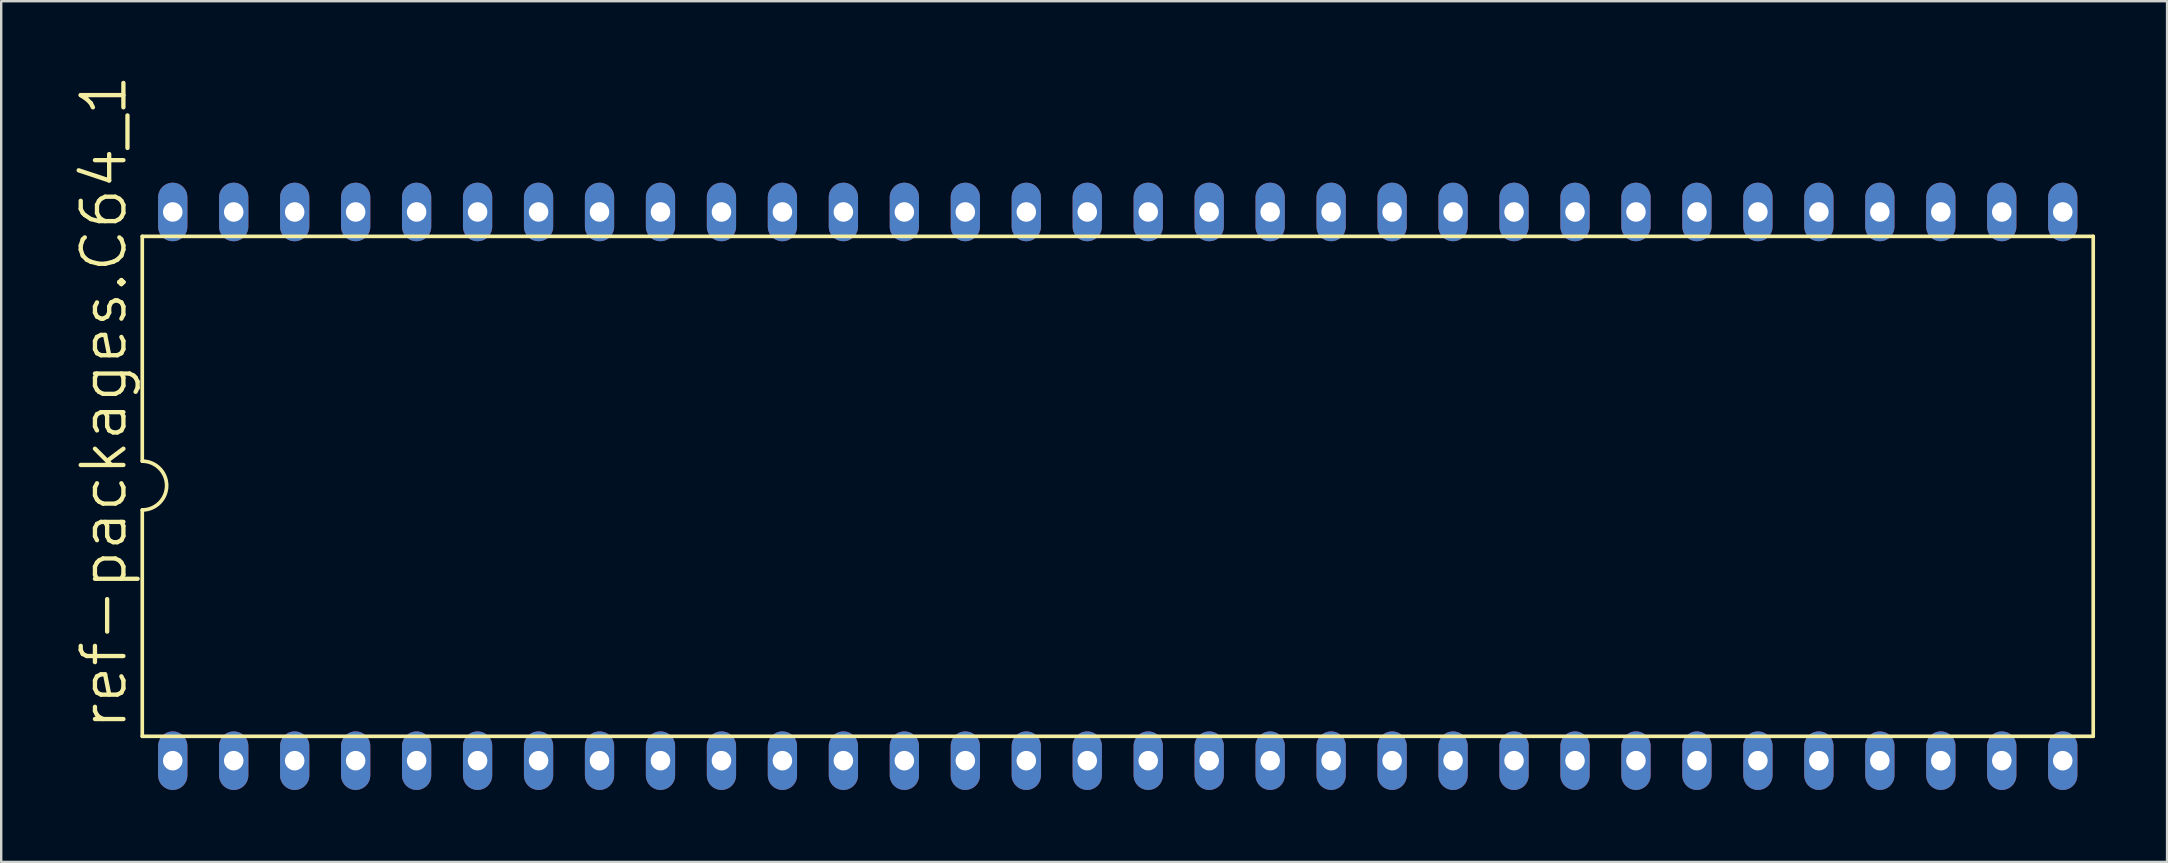
<source format=kicad_pcb>
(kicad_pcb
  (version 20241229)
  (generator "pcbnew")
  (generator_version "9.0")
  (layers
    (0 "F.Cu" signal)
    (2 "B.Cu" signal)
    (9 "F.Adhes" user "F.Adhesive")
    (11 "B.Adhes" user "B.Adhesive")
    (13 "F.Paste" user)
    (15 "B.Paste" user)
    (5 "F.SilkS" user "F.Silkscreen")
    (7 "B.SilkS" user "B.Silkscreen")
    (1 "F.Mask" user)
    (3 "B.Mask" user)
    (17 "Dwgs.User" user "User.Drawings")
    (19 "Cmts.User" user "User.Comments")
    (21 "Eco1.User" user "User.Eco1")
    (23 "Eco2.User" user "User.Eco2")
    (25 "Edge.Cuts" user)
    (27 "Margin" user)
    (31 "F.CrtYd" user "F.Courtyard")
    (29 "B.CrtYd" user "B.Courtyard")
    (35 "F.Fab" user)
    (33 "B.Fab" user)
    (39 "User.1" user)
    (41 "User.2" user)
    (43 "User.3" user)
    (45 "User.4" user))
  (footprint "ref-packages.C64_1"
    (layer "F.Cu")
    (at 43.517 17.211)
    (property "Reference" "ref-packages.C64_1" (at -41.199 10.236 90) (layer "F.SilkS") (effects (font (size 1.778 1.778) (thickness 0.18)) (justify left bottom)))
    (attr through_hole)
    (fp_line (start -40.64 -10.414) (end -40.64 -1.048) (stroke (width 0.152) (type default)) (layer "F.SilkS"))
    (fp_line (start -40.64 10.414) (end -40.64 0.984) (stroke (width 0.152) (type default)) (layer "F.SilkS"))
    (fp_line (start -40.64 10.414) (end 40.64 10.414) (stroke (width 0.152) (type default)) (layer "F.SilkS"))
    (fp_line (start 40.64 -10.414) (end -40.64 -10.414) (stroke (width 0.152) (type default)) (layer "F.SilkS"))
    (fp_line (start 40.64 -10.414) (end 40.64 10.414) (stroke (width 0.152) (type default)) (layer "F.SilkS"))
    (fp_arc (start -40.64 -1.048) (mid -39.624 -0.032) (end -40.64 0.984) (stroke (width 0.1524) (type default)) (layer "F.SilkS"))
    (pad "1" thru_hole oval (at -39.37 11.43 90) (size 2.438 1.219) (drill 0.813) (layers "*.Cu" "*.Mask"))
    (pad "2" thru_hole oval (at -36.83 11.43 90) (size 2.438 1.219) (drill 0.813) (layers "*.Cu" "*.Mask"))
    (pad "3" thru_hole oval (at -34.29 11.43 90) (size 2.438 1.219) (drill 0.813) (layers "*.Cu" "*.Mask"))
    (pad "4" thru_hole oval (at -31.75 11.43 90) (size 2.438 1.219) (drill 0.813) (layers "*.Cu" "*.Mask"))
    (pad "5" thru_hole oval (at -29.21 11.43 90) (size 2.438 1.219) (drill 0.813) (layers "*.Cu" "*.Mask"))
    (pad "6" thru_hole oval (at -26.67 11.43 90) (size 2.438 1.219) (drill 0.813) (layers "*.Cu" "*.Mask"))
    (pad "7" thru_hole oval (at -24.13 11.43 90) (size 2.438 1.219) (drill 0.813) (layers "*.Cu" "*.Mask"))
    (pad "8" thru_hole oval (at -21.59 11.43 90) (size 2.438 1.219) (drill 0.813) (layers "*.Cu" "*.Mask"))
    (pad "9" thru_hole oval (at -19.05 11.43 90) (size 2.438 1.219) (drill 0.813) (layers "*.Cu" "*.Mask"))
    (pad "10" thru_hole oval (at -16.51 11.43 90) (size 2.438 1.219) (drill 0.813) (layers "*.Cu" "*.Mask"))
    (pad "11" thru_hole oval (at -13.97 11.43 90) (size 2.438 1.219) (drill 0.813) (layers "*.Cu" "*.Mask"))
    (pad "12" thru_hole oval (at -11.43 11.43 90) (size 2.438 1.219) (drill 0.813) (layers "*.Cu" "*.Mask"))
    (pad "13" thru_hole oval (at -8.89 11.43 90) (size 2.438 1.219) (drill 0.813) (layers "*.Cu" "*.Mask"))
    (pad "14" thru_hole oval (at -6.35 11.43 90) (size 2.438 1.219) (drill 0.813) (layers "*.Cu" "*.Mask"))
    (pad "15" thru_hole oval (at -3.81 11.43 90) (size 2.438 1.219) (drill 0.813) (layers "*.Cu" "*.Mask"))
    (pad "16" thru_hole oval (at -1.27 11.43 90) (size 2.438 1.219) (drill 0.813) (layers "*.Cu" "*.Mask"))
    (pad "17" thru_hole oval (at 1.27 11.43 90) (size 2.438 1.219) (drill 0.813) (layers "*.Cu" "*.Mask"))
    (pad "18" thru_hole oval (at 3.81 11.43 90) (size 2.438 1.219) (drill 0.813) (layers "*.Cu" "*.Mask"))
    (pad "19" thru_hole oval (at 6.35 11.43 90) (size 2.438 1.219) (drill 0.813) (layers "*.Cu" "*.Mask"))
    (pad "20" thru_hole oval (at 8.89 11.43 90) (size 2.438 1.219) (drill 0.813) (layers "*.Cu" "*.Mask"))
    (pad "21" thru_hole oval (at 11.43 11.43 90) (size 2.438 1.219) (drill 0.813) (layers "*.Cu" "*.Mask"))
    (pad "22" thru_hole oval (at 13.97 11.43 90) (size 2.438 1.219) (drill 0.813) (layers "*.Cu" "*.Mask"))
    (pad "23" thru_hole oval (at 16.51 11.43 90) (size 2.438 1.219) (drill 0.813) (layers "*.Cu" "*.Mask"))
    (pad "24" thru_hole oval (at 19.05 11.43 90) (size 2.438 1.219) (drill 0.813) (layers "*.Cu" "*.Mask"))
    (pad "25" thru_hole oval (at 21.59 11.43 90) (size 2.438 1.219) (drill 0.813) (layers "*.Cu" "*.Mask"))
    (pad "26" thru_hole oval (at 24.13 11.43 90) (size 2.438 1.219) (drill 0.813) (layers "*.Cu" "*.Mask"))
    (pad "27" thru_hole oval (at 26.67 11.43 90) (size 2.438 1.219) (drill 0.813) (layers "*.Cu" "*.Mask"))
    (pad "28" thru_hole oval (at 29.21 11.43 90) (size 2.438 1.219) (drill 0.813) (layers "*.Cu" "*.Mask"))
    (pad "29" thru_hole oval (at 31.75 11.43 90) (size 2.438 1.219) (drill 0.813) (layers "*.Cu" "*.Mask"))
    (pad "30" thru_hole oval (at 34.29 11.43 90) (size 2.438 1.219) (drill 0.813) (layers "*.Cu" "*.Mask"))
    (pad "31" thru_hole oval (at 36.83 11.43 90) (size 2.438 1.219) (drill 0.813) (layers "*.Cu" "*.Mask"))
    (pad "32" thru_hole oval (at 39.37 11.43 90) (size 2.438 1.219) (drill 0.813) (layers "*.Cu" "*.Mask"))
    (pad "33" thru_hole oval (at 39.37 -11.43 90) (size 2.438 1.219) (drill 0.813) (layers "*.Cu" "*.Mask"))
    (pad "34" thru_hole oval (at 36.83 -11.43 90) (size 2.438 1.219) (drill 0.813) (layers "*.Cu" "*.Mask"))
    (pad "35" thru_hole oval (at 34.29 -11.43 90) (size 2.438 1.219) (drill 0.813) (layers "*.Cu" "*.Mask"))
    (pad "36" thru_hole oval (at 31.75 -11.43 90) (size 2.438 1.219) (drill 0.813) (layers "*.Cu" "*.Mask"))
    (pad "37" thru_hole oval (at 29.21 -11.43 90) (size 2.438 1.219) (drill 0.813) (layers "*.Cu" "*.Mask"))
    (pad "38" thru_hole oval (at 26.67 -11.43 90) (size 2.438 1.219) (drill 0.813) (layers "*.Cu" "*.Mask"))
    (pad "39" thru_hole oval (at 24.13 -11.43 90) (size 2.438 1.219) (drill 0.813) (layers "*.Cu" "*.Mask"))
    (pad "40" thru_hole oval (at 21.59 -11.43 90) (size 2.438 1.219) (drill 0.813) (layers "*.Cu" "*.Mask"))
    (pad "41" thru_hole oval (at 19.05 -11.43 90) (size 2.438 1.219) (drill 0.813) (layers "*.Cu" "*.Mask"))
    (pad "42" thru_hole oval (at 16.51 -11.43 90) (size 2.438 1.219) (drill 0.813) (layers "*.Cu" "*.Mask"))
    (pad "43" thru_hole oval (at 13.97 -11.43 90) (size 2.438 1.219) (drill 0.813) (layers "*.Cu" "*.Mask"))
    (pad "44" thru_hole oval (at 11.43 -11.43 90) (size 2.438 1.219) (drill 0.813) (layers "*.Cu" "*.Mask"))
    (pad "45" thru_hole oval (at 8.89 -11.43 90) (size 2.438 1.219) (drill 0.813) (layers "*.Cu" "*.Mask"))
    (pad "46" thru_hole oval (at 6.35 -11.43 90) (size 2.438 1.219) (drill 0.813) (layers "*.Cu" "*.Mask"))
    (pad "47" thru_hole oval (at 3.81 -11.43 90) (size 2.438 1.219) (drill 0.813) (layers "*.Cu" "*.Mask"))
    (pad "48" thru_hole oval (at 1.27 -11.43 90) (size 2.438 1.219) (drill 0.813) (layers "*.Cu" "*.Mask"))
    (pad "49" thru_hole oval (at -1.27 -11.43 90) (size 2.438 1.219) (drill 0.813) (layers "*.Cu" "*.Mask"))
    (pad "50" thru_hole oval (at -3.81 -11.43 90) (size 2.438 1.219) (drill 0.813) (layers "*.Cu" "*.Mask"))
    (pad "51" thru_hole oval (at -6.35 -11.43 90) (size 2.438 1.219) (drill 0.813) (layers "*.Cu" "*.Mask"))
    (pad "52" thru_hole oval (at -8.89 -11.43 90) (size 2.438 1.219) (drill 0.813) (layers "*.Cu" "*.Mask"))
    (pad "53" thru_hole oval (at -11.43 -11.43 90) (size 2.438 1.219) (drill 0.813) (layers "*.Cu" "*.Mask"))
    (pad "54" thru_hole oval (at -13.97 -11.43 90) (size 2.438 1.219) (drill 0.813) (layers "*.Cu" "*.Mask"))
    (pad "55" thru_hole oval (at -16.51 -11.43 90) (size 2.438 1.219) (drill 0.813) (layers "*.Cu" "*.Mask"))
    (pad "56" thru_hole oval (at -19.05 -11.43 90) (size 2.438 1.219) (drill 0.813) (layers "*.Cu" "*.Mask"))
    (pad "57" thru_hole oval (at -21.59 -11.43 90) (size 2.438 1.219) (drill 0.813) (layers "*.Cu" "*.Mask"))
    (pad "58" thru_hole oval (at -24.13 -11.43 90) (size 2.438 1.219) (drill 0.813) (layers "*.Cu" "*.Mask"))
    (pad "59" thru_hole oval (at -26.67 -11.43 90) (size 2.438 1.219) (drill 0.813) (layers "*.Cu" "*.Mask"))
    (pad "60" thru_hole oval (at -29.21 -11.43 90) (size 2.438 1.219) (drill 0.813) (layers "*.Cu" "*.Mask"))
    (pad "61" thru_hole oval (at -31.75 -11.43 90) (size 2.438 1.219) (drill 0.813) (layers "*.Cu" "*.Mask"))
    (pad "62" thru_hole oval (at -34.29 -11.43 90) (size 2.438 1.219) (drill 0.813) (layers "*.Cu" "*.Mask"))
    (pad "63" thru_hole oval (at -36.83 -11.43 90) (size 2.438 1.219) (drill 0.813) (layers "*.Cu" "*.Mask"))
    (pad "64" thru_hole oval (at -39.37 -11.43 90) (size 2.438 1.219) (drill 0.813) (layers "*.Cu" "*.Mask")))
  (gr_rect
    (start -3 -3)
    (end 87.233 32.86)
    (stroke (width 0.1) (type default))
    (fill no)
    (layer "Edge.Cuts")))
</source>
